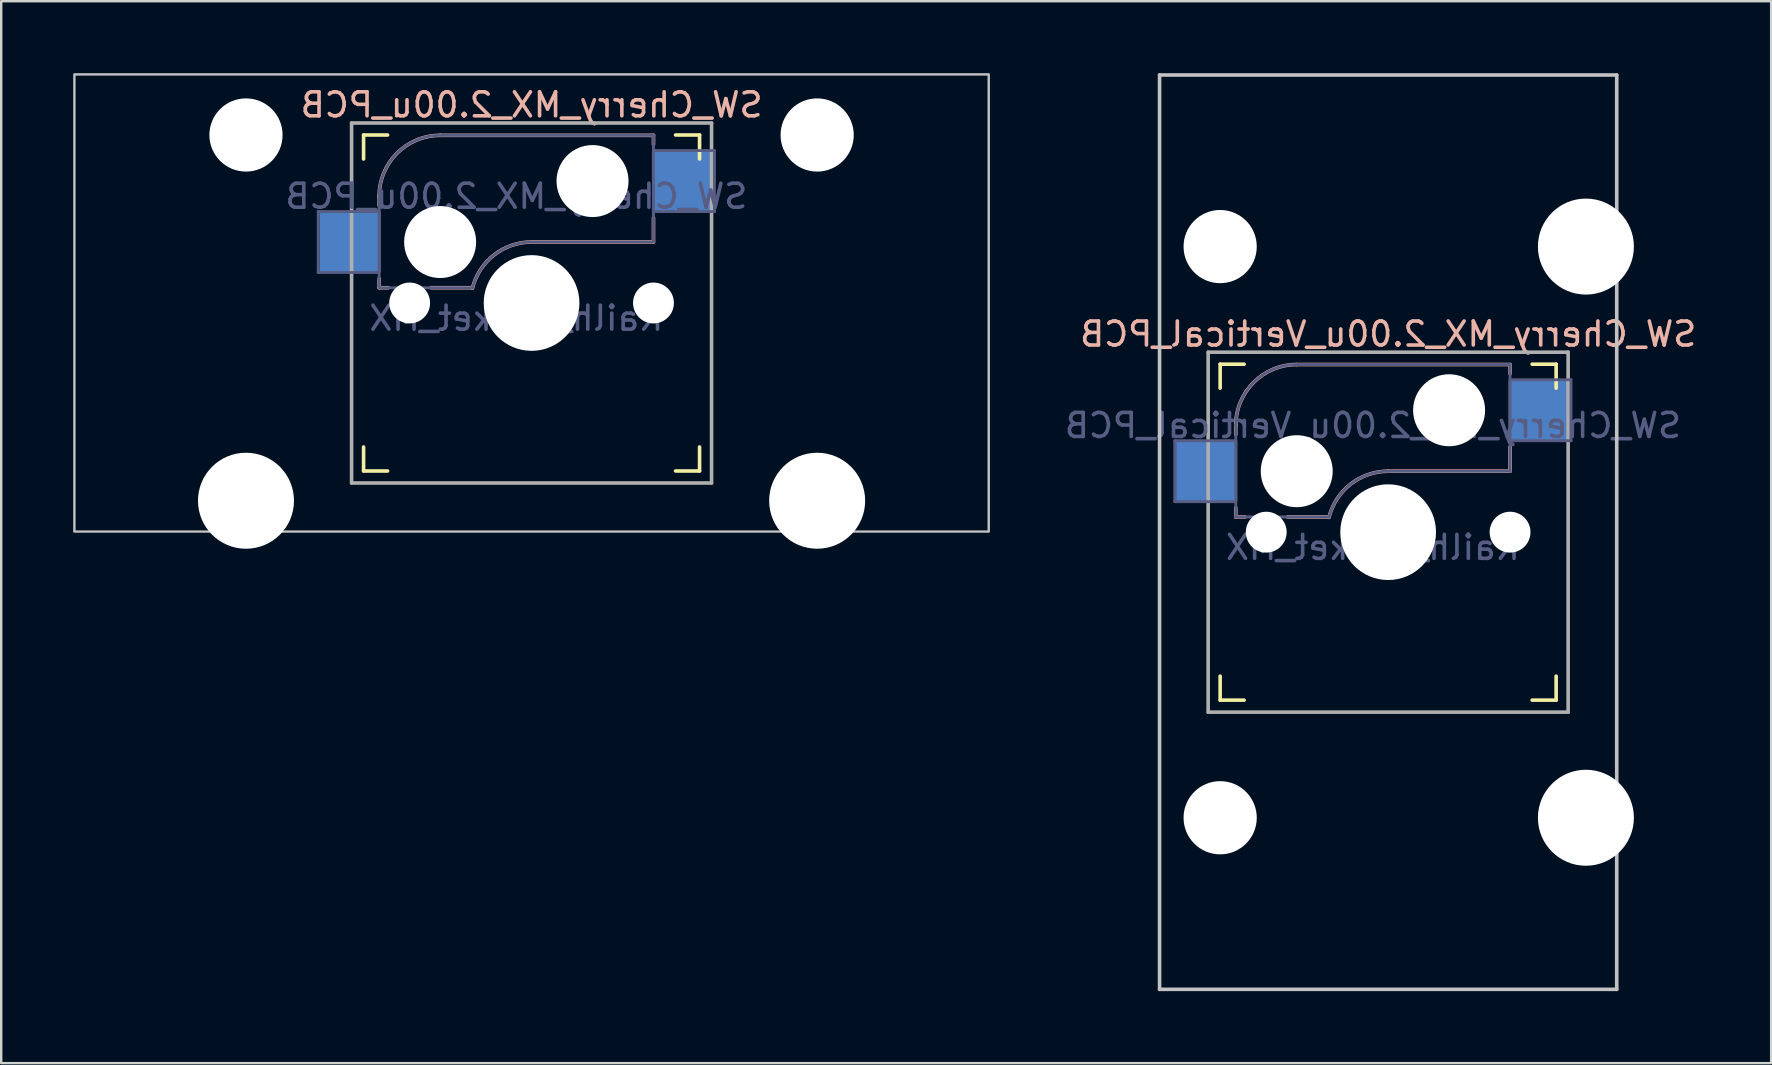
<source format=kicad_pcb>
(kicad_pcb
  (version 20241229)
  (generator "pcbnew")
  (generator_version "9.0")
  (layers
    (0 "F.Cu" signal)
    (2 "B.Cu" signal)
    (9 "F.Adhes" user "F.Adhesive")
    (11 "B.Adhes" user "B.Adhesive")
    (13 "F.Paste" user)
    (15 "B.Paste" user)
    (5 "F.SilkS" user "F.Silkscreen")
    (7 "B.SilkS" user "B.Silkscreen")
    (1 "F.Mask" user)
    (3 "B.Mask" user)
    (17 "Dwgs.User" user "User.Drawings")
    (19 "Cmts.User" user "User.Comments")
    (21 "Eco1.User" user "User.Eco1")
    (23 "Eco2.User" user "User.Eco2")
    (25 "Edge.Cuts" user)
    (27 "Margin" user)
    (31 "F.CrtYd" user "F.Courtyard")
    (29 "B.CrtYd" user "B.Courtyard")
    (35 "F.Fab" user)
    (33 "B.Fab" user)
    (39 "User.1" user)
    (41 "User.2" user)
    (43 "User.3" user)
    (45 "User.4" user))
  (footprint "SW_Cherry_MX_2.00u_PCB"
    (layer "F.Cu")
    (at 19.1 9.575)
    (property "Reference" "SW_Cherry_MX_2.00u_PCB" (at 0 -8.255 0) (layer "B.SilkS") (effects (font (size 1 1) (thickness 0.15)) (justify mirror)))
    (property "Value" "Kailh_socket_MX" (at 0 8.255 0) (layer "F.Fab") (hide yes) (effects (font (size 1 1) (thickness 0.15))))
    (attr smd through_hole)
    (fp_line (start -7 -6) (end -7 -7) (stroke (width 0.15) (type solid)) (layer "F.SilkS"))
    (fp_line (start -7 7) (end -7 6) (stroke (width 0.15) (type solid)) (layer "F.SilkS"))
    (fp_line (start -7 7) (end -6 7) (stroke (width 0.15) (type solid)) (layer "F.SilkS"))
    (fp_line (start -6 -7) (end -7 -7) (stroke (width 0.15) (type solid)) (layer "F.SilkS"))
    (fp_line (start 6 7) (end 7 7) (stroke (width 0.15) (type solid)) (layer "F.SilkS"))
    (fp_line (start 7 -7) (end 6 -7) (stroke (width 0.15) (type solid)) (layer "F.SilkS"))
    (fp_line (start 7 -7) (end 7 -6) (stroke (width 0.15) (type solid)) (layer "F.SilkS"))
    (fp_line (start 7 6) (end 7 7) (stroke (width 0.15) (type solid)) (layer "F.SilkS"))
    (fp_line (start -6.35 -4.445) (end -6.35 -4.064) (stroke (width 0.15) (type solid)) (layer "B.SilkS"))
    (fp_line (start -6.35 -1.016) (end -6.35 -0.635) (stroke (width 0.15) (type solid)) (layer "B.SilkS"))
    (fp_line (start -5.969 -0.635) (end -6.35 -0.635) (stroke (width 0.15) (type solid)) (layer "B.SilkS"))
    (fp_line (start -3.81 -6.985) (end 5.08 -6.985) (stroke (width 0.15) (type solid)) (layer "B.SilkS"))
    (fp_line (start -2.464 -0.635) (end -4.191 -0.635) (stroke (width 0.15) (type solid)) (layer "B.SilkS"))
    (fp_line (start 5.08 -6.985) (end 5.08 -6.604) (stroke (width 0.15) (type solid)) (layer "B.SilkS"))
    (fp_line (start 5.08 -3.556) (end 5.08 -2.54) (stroke (width 0.15) (type solid)) (layer "B.SilkS"))
    (fp_line (start 5.08 -2.54) (end 0 -2.54) (stroke (width 0.15) (type solid)) (layer "B.SilkS"))
    (fp_arc (start -6.35 -4.445) (mid -5.606051 -6.241051) (end -3.81 -6.985) (stroke (width 0.15) (type solid)) (layer "B.SilkS"))
    (fp_arc (start -2.464162 -0.61604) (mid -1.563147 -2.002042) (end 0 -2.54) (stroke (width 0.15) (type solid)) (layer "B.SilkS"))
    (fp_rect (start -19.05 -9.525) (end 19.05 9.525) (stroke (width 0.1) (type default)) (fill no) (layer "Dwgs.User"))
    (fp_line (start -6.9 6.9) (end -6.9 -6.9) (stroke (width 0.15) (type solid)) (layer "Eco2.User"))
    (fp_line (start -6.9 6.9) (end 6.9 6.9) (stroke (width 0.15) (type solid)) (layer "Eco2.User"))
    (fp_line (start 6.9 -6.9) (end -6.9 -6.9) (stroke (width 0.15) (type solid)) (layer "Eco2.User"))
    (fp_line (start 6.9 -6.9) (end 6.9 6.9) (stroke (width 0.15) (type solid)) (layer "Eco2.User"))
    (fp_line (start -8.89 -3.81) (end -6.35 -3.81) (stroke (width 0.12) (type solid)) (layer "B.Fab"))
    (fp_line (start -8.89 -1.27) (end -8.89 -3.81) (stroke (width 0.12) (type solid)) (layer "B.Fab"))
    (fp_line (start -6.35 -1.27) (end -8.89 -1.27) (stroke (width 0.12) (type solid)) (layer "B.Fab"))
    (fp_line (start -6.35 -0.635) (end -6.35 -4.445) (stroke (width 0.12) (type solid)) (layer "B.Fab"))
    (fp_line (start -6.35 -0.635) (end -2.54 -0.635) (stroke (width 0.12) (type solid)) (layer "B.Fab"))
    (fp_line (start -3.81 -6.985) (end 5.08 -6.985) (stroke (width 0.12) (type solid)) (layer "B.Fab"))
    (fp_line (start 5.08 -6.985) (end 5.08 -2.54) (stroke (width 0.12) (type solid)) (layer "B.Fab"))
    (fp_line (start 5.08 -6.35) (end 7.62 -6.35) (stroke (width 0.12) (type solid)) (layer "B.Fab"))
    (fp_line (start 5.08 -2.54) (end 0 -2.54) (stroke (width 0.12) (type solid)) (layer "B.Fab"))
    (fp_line (start 7.62 -6.35) (end 7.62 -3.81) (stroke (width 0.12) (type solid)) (layer "B.Fab"))
    (fp_line (start 7.62 -3.81) (end 5.08 -3.81) (stroke (width 0.12) (type solid)) (layer "B.Fab"))
    (fp_arc (start -6.35 -4.445) (mid -5.606051 -6.241051) (end -3.81 -6.985) (stroke (width 0.12) (type solid)) (layer "B.Fab"))
    (fp_arc (start -2.464162 -0.61604) (mid -1.563147 -2.002042) (end 0 -2.54) (stroke (width 0.12) (type solid)) (layer "B.Fab"))
    (fp_line (start -7.5 -7.5) (end 7.5 -7.5) (stroke (width 0.15) (type solid)) (layer "F.Fab"))
    (fp_line (start -7.5 7.5) (end -7.5 -7.5) (stroke (width 0.15) (type solid)) (layer "F.Fab"))
    (fp_line (start 7.5 -7.5) (end 7.5 7.5) (stroke (width 0.15) (type solid)) (layer "F.Fab"))
    (fp_line (start 7.5 7.5) (end -7.5 7.5) (stroke (width 0.15) (type solid)) (layer "F.Fab"))
    (fp_text user "${REFERENCE}" (at -0.635 -4.445 0) (layer "B.Fab") (effects (font (size 1 1) (thickness 0.15)) (justify mirror)))
    (fp_text user "${VALUE}" (at -0.635 0.635 0) (layer "B.Fab") (effects (font (size 1 1) (thickness 0.15)) (justify mirror)))
    (pad "" np_thru_hole circle (at -11.9 -7) (size 3.05 3.05) (drill 3.05) (layers "*.Cu" "*.Mask"))
    (pad "" np_thru_hole circle (at -11.9 8.24) (size 4 4) (drill 4) (layers "*.Cu" "*.Mask"))
    (pad "" np_thru_hole circle (at -5.08 0) (size 1.702 1.702) (drill 1.702) (layers "*.Cu" "*.Mask"))
    (pad "" np_thru_hole circle (at -3.81 -2.54) (size 3 3) (drill 3) (layers "*.Cu" "*.Mask"))
    (pad "" np_thru_hole circle (at 0 0) (size 3.988 3.988) (drill 3.988) (layers "*.Cu" "*.Mask"))
    (pad "" np_thru_hole circle (at 2.54 -5.08) (size 3 3) (drill 3) (layers "*.Cu" "*.Mask"))
    (pad "" np_thru_hole circle (at 5.08 0) (size 1.702 1.702) (drill 1.702) (layers "*.Cu" "*.Mask"))
    (pad "" np_thru_hole circle (at 11.9 -7) (size 3.05 3.05) (drill 3.05) (layers "*.Cu" "*.Mask"))
    (pad "" np_thru_hole circle (at 11.9 8.24) (size 4 4) (drill 4) (layers "*.Cu" "*.Mask"))
    (pad "1" smd rect (at 6.29 -5.08) (size 2.55 2.5) (layers "B.Cu" "B.Mask" "B.Paste"))
    (pad "2" smd rect (at -7.56 -2.54) (size 2.55 2.5) (layers "B.Cu" "B.Mask" "B.Paste")))
  (footprint "SW_Cherry_MX_2.00u_Vertical_PCB"
    (layer "F.Cu")
    (at 54.793 19.125)
    (property "Reference" "SW_Cherry_MX_2.00u_Vertical_PCB" (at 0 -8.255 0) (layer "B.SilkS") (effects (font (size 1 1) (thickness 0.15)) (justify mirror)))
    (property "Value" "Kailh_socket_MX" (at 0 8.255 0) (layer "F.Fab") (hide yes) (effects (font (size 1 1) (thickness 0.15))))
    (attr smd through_hole)
    (fp_line (start -7 -6) (end -7 -7) (stroke (width 0.15) (type solid)) (layer "F.SilkS"))
    (fp_line (start -7 7) (end -7 6) (stroke (width 0.15) (type solid)) (layer "F.SilkS"))
    (fp_line (start -7 7) (end -6 7) (stroke (width 0.15) (type solid)) (layer "F.SilkS"))
    (fp_line (start -6 -7) (end -7 -7) (stroke (width 0.15) (type solid)) (layer "F.SilkS"))
    (fp_line (start 6 7) (end 7 7) (stroke (width 0.15) (type solid)) (layer "F.SilkS"))
    (fp_line (start 7 -7) (end 6 -7) (stroke (width 0.15) (type solid)) (layer "F.SilkS"))
    (fp_line (start 7 -7) (end 7 -6) (stroke (width 0.15) (type solid)) (layer "F.SilkS"))
    (fp_line (start 7 6) (end 7 7) (stroke (width 0.15) (type solid)) (layer "F.SilkS"))
    (fp_line (start -6.35 -4.445) (end -6.35 -4.064) (stroke (width 0.15) (type solid)) (layer "B.SilkS"))
    (fp_line (start -6.35 -1.016) (end -6.35 -0.635) (stroke (width 0.15) (type solid)) (layer "B.SilkS"))
    (fp_line (start -5.969 -0.635) (end -6.35 -0.635) (stroke (width 0.15) (type solid)) (layer "B.SilkS"))
    (fp_line (start -3.81 -6.985) (end 5.08 -6.985) (stroke (width 0.15) (type solid)) (layer "B.SilkS"))
    (fp_line (start -2.464 -0.635) (end -4.191 -0.635) (stroke (width 0.15) (type solid)) (layer "B.SilkS"))
    (fp_line (start 5.08 -6.985) (end 5.08 -6.604) (stroke (width 0.15) (type solid)) (layer "B.SilkS"))
    (fp_line (start 5.08 -3.556) (end 5.08 -2.54) (stroke (width 0.15) (type solid)) (layer "B.SilkS"))
    (fp_line (start 5.08 -2.54) (end 0 -2.54) (stroke (width 0.15) (type solid)) (layer "B.SilkS"))
    (fp_arc (start -6.35 -4.445) (mid -5.606051 -6.241051) (end -3.81 -6.985) (stroke (width 0.15) (type solid)) (layer "B.SilkS"))
    (fp_arc (start -2.464162 -0.61604) (mid -1.563147 -2.002042) (end 0 -2.54) (stroke (width 0.15) (type solid)) (layer "B.SilkS"))
    (fp_line (start -9.525 -19.05) (end 9.525 -19.05) (stroke (width 0.15) (type solid)) (layer "Dwgs.User"))
    (fp_line (start -9.525 19.05) (end -9.525 -19.05) (stroke (width 0.15) (type solid)) (layer "Dwgs.User"))
    (fp_line (start 9.525 -19.05) (end 9.525 19.05) (stroke (width 0.15) (type solid)) (layer "Dwgs.User"))
    (fp_line (start 9.525 19.05) (end -9.525 19.05) (stroke (width 0.15) (type solid)) (layer "Dwgs.User"))
    (fp_line (start -6.9 6.9) (end -6.9 -6.9) (stroke (width 0.15) (type solid)) (layer "Eco2.User"))
    (fp_line (start -6.9 6.9) (end 6.9 6.9) (stroke (width 0.15) (type solid)) (layer "Eco2.User"))
    (fp_line (start 6.9 -6.9) (end -6.9 -6.9) (stroke (width 0.15) (type solid)) (layer "Eco2.User"))
    (fp_line (start 6.9 -6.9) (end 6.9 6.9) (stroke (width 0.15) (type solid)) (layer "Eco2.User"))
    (fp_line (start -8.89 -3.81) (end -6.35 -3.81) (stroke (width 0.12) (type solid)) (layer "B.Fab"))
    (fp_line (start -8.89 -1.27) (end -8.89 -3.81) (stroke (width 0.12) (type solid)) (layer "B.Fab"))
    (fp_line (start -6.35 -1.27) (end -8.89 -1.27) (stroke (width 0.12) (type solid)) (layer "B.Fab"))
    (fp_line (start -6.35 -0.635) (end -6.35 -4.445) (stroke (width 0.12) (type solid)) (layer "B.Fab"))
    (fp_line (start -6.35 -0.635) (end -2.54 -0.635) (stroke (width 0.12) (type solid)) (layer "B.Fab"))
    (fp_line (start -3.81 -6.985) (end 5.08 -6.985) (stroke (width 0.12) (type solid)) (layer "B.Fab"))
    (fp_line (start 5.08 -6.985) (end 5.08 -2.54) (stroke (width 0.12) (type solid)) (layer "B.Fab"))
    (fp_line (start 5.08 -6.35) (end 7.62 -6.35) (stroke (width 0.12) (type solid)) (layer "B.Fab"))
    (fp_line (start 5.08 -2.54) (end 0 -2.54) (stroke (width 0.12) (type solid)) (layer "B.Fab"))
    (fp_line (start 7.62 -6.35) (end 7.62 -3.81) (stroke (width 0.12) (type solid)) (layer "B.Fab"))
    (fp_line (start 7.62 -3.81) (end 5.08 -3.81) (stroke (width 0.12) (type solid)) (layer "B.Fab"))
    (fp_arc (start -6.35 -4.445) (mid -5.606051 -6.241051) (end -3.81 -6.985) (stroke (width 0.12) (type solid)) (layer "B.Fab"))
    (fp_arc (start -2.464162 -0.61604) (mid -1.563147 -2.002042) (end 0 -2.54) (stroke (width 0.12) (type solid)) (layer "B.Fab"))
    (fp_line (start -7.5 -7.5) (end 7.5 -7.5) (stroke (width 0.15) (type solid)) (layer "F.Fab"))
    (fp_line (start -7.5 7.5) (end -7.5 -7.5) (stroke (width 0.15) (type solid)) (layer "F.Fab"))
    (fp_line (start 7.5 -7.5) (end 7.5 7.5) (stroke (width 0.15) (type solid)) (layer "F.Fab"))
    (fp_line (start 7.5 7.5) (end -7.5 7.5) (stroke (width 0.15) (type solid)) (layer "F.Fab"))
    (fp_text user "${VALUE}" (at -0.635 0.635 0) (layer "B.Fab") (effects (font (size 1 1) (thickness 0.15)) (justify mirror)))
    (fp_text user "${REFERENCE}" (at -0.635 -4.445 0) (layer "B.Fab") (effects (font (size 1 1) (thickness 0.15)) (justify mirror)))
    (pad "" np_thru_hole circle (at -7 -11.9) (size 3.05 3.05) (drill 3.05) (layers "*.Cu" "*.Mask"))
    (pad "" np_thru_hole circle (at -7 11.9) (size 3.05 3.05) (drill 3.05) (layers "*.Cu" "*.Mask"))
    (pad "" np_thru_hole circle (at -5.08 0) (size 1.702 1.702) (drill 1.702) (layers "*.Cu" "*.Mask"))
    (pad "" np_thru_hole circle (at -3.81 -2.54) (size 3 3) (drill 3) (layers "*.Cu" "*.Mask"))
    (pad "" np_thru_hole circle (at 0 0) (size 3.988 3.988) (drill 3.988) (layers "*.Cu" "*.Mask"))
    (pad "" np_thru_hole circle (at 2.54 -5.08) (size 3 3) (drill 3) (layers "*.Cu" "*.Mask"))
    (pad "" np_thru_hole circle (at 5.08 0) (size 1.702 1.702) (drill 1.702) (layers "*.Cu" "*.Mask"))
    (pad "" np_thru_hole circle (at 8.24 -11.9) (size 4 4) (drill 4) (layers "*.Cu" "*.Mask"))
    (pad "" np_thru_hole circle (at 8.24 11.9) (size 4 4) (drill 4) (layers "*.Cu" "*.Mask"))
    (pad "1" smd rect (at 6.29 -5.08) (size 2.55 2.5) (layers "B.Cu" "B.Mask" "B.Paste"))
    (pad "2" smd rect (at -7.56 -2.54) (size 2.55 2.5) (layers "B.Cu" "B.Mask" "B.Paste")))
  (gr_rect
    (start -3 -3)
    (end 70.752 41.25)
    (stroke (width 0.1) (type default))
    (fill no)
    (layer "Edge.Cuts")))
</source>
